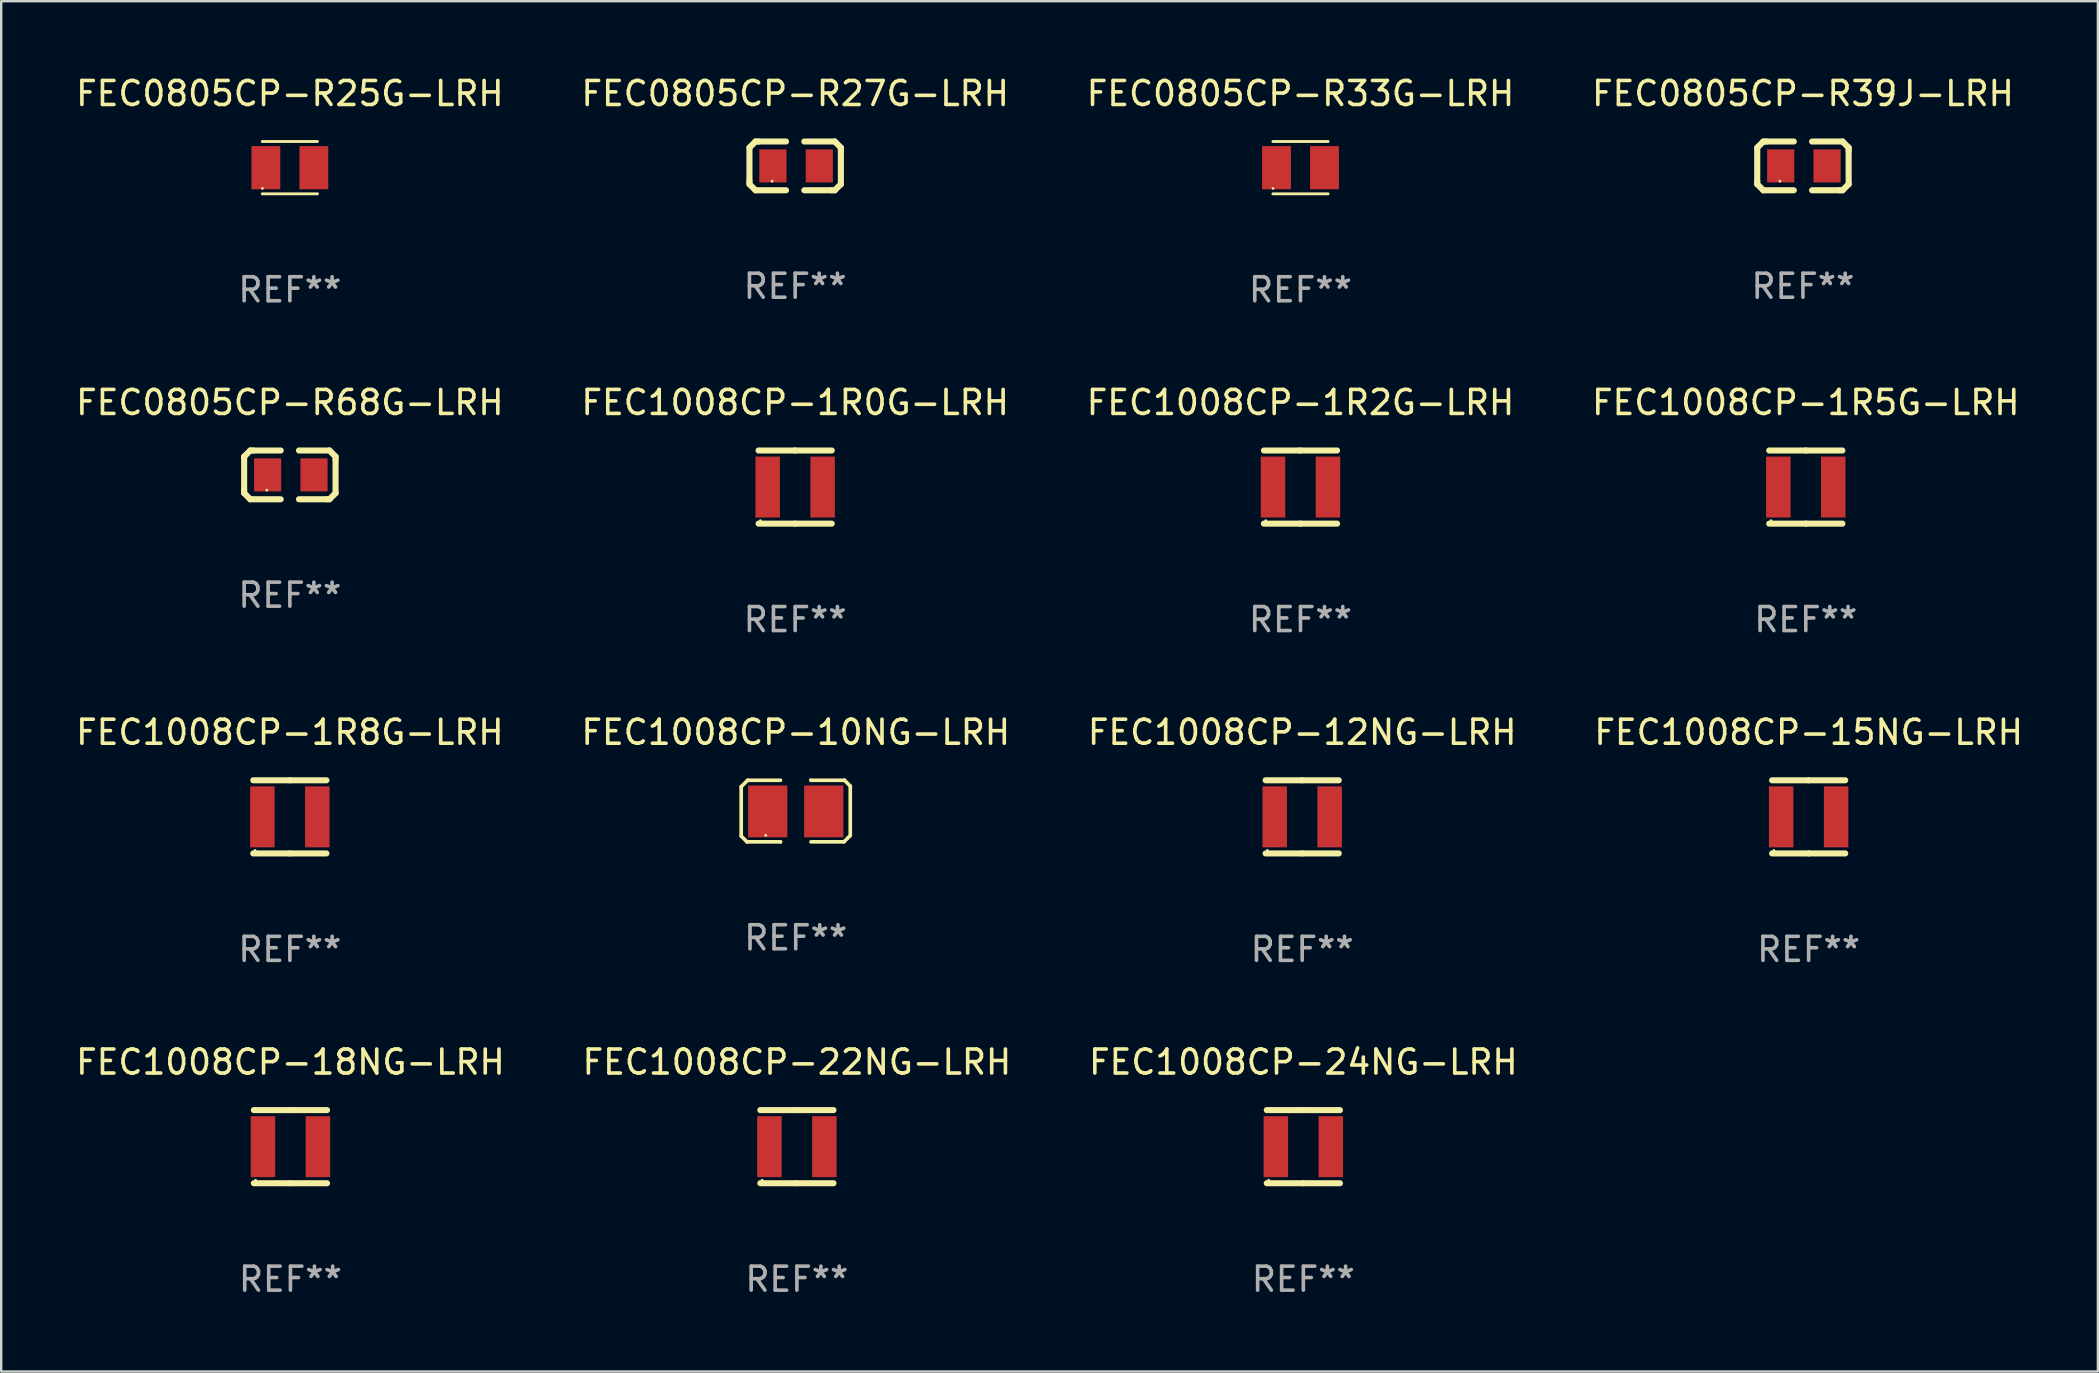
<source format=kicad_pcb>
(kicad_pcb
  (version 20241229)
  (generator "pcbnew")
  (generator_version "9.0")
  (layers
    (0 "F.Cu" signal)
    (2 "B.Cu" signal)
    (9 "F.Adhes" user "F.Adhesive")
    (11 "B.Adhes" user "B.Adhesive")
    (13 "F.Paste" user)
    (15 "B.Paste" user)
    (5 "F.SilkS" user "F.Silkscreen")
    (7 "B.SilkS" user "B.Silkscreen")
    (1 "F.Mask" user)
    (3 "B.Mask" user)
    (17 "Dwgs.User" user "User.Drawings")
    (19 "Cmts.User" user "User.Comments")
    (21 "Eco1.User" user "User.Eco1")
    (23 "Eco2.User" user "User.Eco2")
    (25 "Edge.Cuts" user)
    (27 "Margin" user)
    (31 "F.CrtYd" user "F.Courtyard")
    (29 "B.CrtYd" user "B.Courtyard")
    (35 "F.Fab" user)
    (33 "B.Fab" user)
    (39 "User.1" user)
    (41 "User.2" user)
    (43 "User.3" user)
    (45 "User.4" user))
  (footprint "FEC1008CP-1R2G-LRH"
    (layer "F.Cu")
    (at 51.149 17.249)
    (property "Reference" "FEC1008CP-1R2G-LRH" (at 0 -3.524 0) (layer "F.SilkS") (effects (font (size 1 1) (thickness 0.15))))
    (attr through_hole)
    (fp_line (start -1.524 -1.524) (end 0 -1.524) (stroke (width 0.254) (type solid)) (layer "F.SilkS"))
    (fp_line (start 0 -1.524) (end 1.524 -1.524) (stroke (width 0.254) (type solid)) (layer "F.SilkS"))
    (fp_line (start 0 1.524) (end -1.524 1.524) (stroke (width 0.254) (type solid)) (layer "F.SilkS"))
    (fp_line (start 1.524 1.524) (end 0 1.524) (stroke (width 0.254) (type solid)) (layer "F.SilkS"))
    (fp_circle (center -1.45 1.4) (end -1.42 1.4) (stroke (width 0.06) (type solid)) (fill no) (layer "F.SilkS"))
    (fp_text user "REF**" (at 0 5.524 0) (layer "F.Fab") (effects (font (size 1 1) (thickness 0.15))))
    (pad "1" smd rect (at -1.145 0) (size 1.02 2.54) (layers "F.Cu" "F.Mask" "F.Paste"))
    (pad "2" smd rect (at 1.145 0) (size 1.02 2.54) (layers "F.Cu" "F.Mask" "F.Paste")))
  (footprint "FEC1008CP-1R5G-LRH"
    (layer "F.Cu")
    (at 72.208 17.249)
    (property "Reference" "FEC1008CP-1R5G-LRH" (at 0 -3.524 0) (layer "F.SilkS") (effects (font (size 1 1) (thickness 0.15))))
    (attr through_hole)
    (fp_line (start -1.524 -1.524) (end 0 -1.524) (stroke (width 0.254) (type solid)) (layer "F.SilkS"))
    (fp_line (start 0 -1.524) (end 1.524 -1.524) (stroke (width 0.254) (type solid)) (layer "F.SilkS"))
    (fp_line (start 0 1.524) (end -1.524 1.524) (stroke (width 0.254) (type solid)) (layer "F.SilkS"))
    (fp_line (start 1.524 1.524) (end 0 1.524) (stroke (width 0.254) (type solid)) (layer "F.SilkS"))
    (fp_circle (center -1.45 1.4) (end -1.42 1.4) (stroke (width 0.06) (type solid)) (fill no) (layer "F.SilkS"))
    (fp_text user "REF**" (at 0 5.524 0) (layer "F.Fab") (effects (font (size 1 1) (thickness 0.15))))
    (pad "1" smd rect (at -1.145 0) (size 1.02 2.54) (layers "F.Cu" "F.Mask" "F.Paste"))
    (pad "2" smd rect (at 1.145 0) (size 1.02 2.54) (layers "F.Cu" "F.Mask" "F.Paste")))
  (footprint "FEC0805CP-R39J-LRH"
    (layer "F.Cu")
    (at 72.089 3.864)
    (property "Reference" "FEC0805CP-R39J-LRH" (at 0 -3.016 0) (layer "F.SilkS") (effects (font (size 1 1) (thickness 0.15))))
    (attr through_hole)
    (fp_line (start -1.905 -0.762) (end -1.905 0.635) (stroke (width 0.254) (type solid)) (layer "F.SilkS"))
    (fp_line (start -1.905 0.635) (end -1.905 0.762) (stroke (width 0.254) (type solid)) (layer "F.SilkS"))
    (fp_line (start -1.905 0.762) (end -1.651 1.016) (stroke (width 0.254) (type solid)) (layer "F.SilkS"))
    (fp_line (start -1.651 -1.016) (end -1.905 -0.762) (stroke (width 0.254) (type solid)) (layer "F.SilkS"))
    (fp_line (start -1.651 1.016) (end -0.381 1.016) (stroke (width 0.254) (type solid)) (layer "F.SilkS"))
    (fp_line (start -1.524 -1.016) (end -1.651 -1.016) (stroke (width 0.254) (type solid)) (layer "F.SilkS"))
    (fp_line (start -0.381 -1.016) (end -1.524 -1.016) (stroke (width 0.254) (type solid)) (layer "F.SilkS"))
    (fp_line (start 0.381 1.016) (end 1.524 1.016) (stroke (width 0.254) (type solid)) (layer "F.SilkS"))
    (fp_line (start 1.524 1.016) (end 1.651 1.016) (stroke (width 0.254) (type solid)) (layer "F.SilkS"))
    (fp_line (start 1.651 -1.016) (end 0.381 -1.016) (stroke (width 0.254) (type solid)) (layer "F.SilkS"))
    (fp_line (start 1.651 1.016) (end 1.905 0.762) (stroke (width 0.254) (type solid)) (layer "F.SilkS"))
    (fp_line (start 1.905 -0.762) (end 1.651 -1.016) (stroke (width 0.254) (type solid)) (layer "F.SilkS"))
    (fp_line (start 1.905 -0.635) (end 1.905 -0.762) (stroke (width 0.254) (type solid)) (layer "F.SilkS"))
    (fp_line (start 1.905 0.762) (end 1.905 -0.635) (stroke (width 0.254) (type solid)) (layer "F.SilkS"))
    (fp_circle (center -0.96 0.637) (end -0.93 0.637) (stroke (width 0.06) (type solid)) (fill no) (layer "F.SilkS"))
    (fp_text user "REF**" (at 0 5.016 0) (layer "F.Fab") (effects (font (size 1 1) (thickness 0.15))))
    (pad "1" smd rect (at -0.926 -0.000051) (size 1.133 1.377) (layers "F.Cu" "F.Mask" "F.Paste"))
    (pad "2" smd rect (at 1.006 -0.000051) (size 1.133 1.377) (layers "F.Cu" "F.Mask" "F.Paste")))
  (footprint "FEC1008CP-12NG-LRH"
    (layer "F.Cu")
    (at 51.22 30.993)
    (property "Reference" "FEC1008CP-12NG-LRH" (at 0 -3.524 0) (layer "F.SilkS") (effects (font (size 1 1) (thickness 0.15))))
    (attr through_hole)
    (fp_line (start -1.524 -1.524) (end 0 -1.524) (stroke (width 0.254) (type solid)) (layer "F.SilkS"))
    (fp_line (start 0 -1.524) (end 1.524 -1.524) (stroke (width 0.254) (type solid)) (layer "F.SilkS"))
    (fp_line (start 0 1.524) (end -1.524 1.524) (stroke (width 0.254) (type solid)) (layer "F.SilkS"))
    (fp_line (start 1.524 1.524) (end 0 1.524) (stroke (width 0.254) (type solid)) (layer "F.SilkS"))
    (fp_circle (center -1.45 1.4) (end -1.42 1.4) (stroke (width 0.06) (type solid)) (fill no) (layer "F.SilkS"))
    (fp_text user "REF**" (at 0 5.524 0) (layer "F.Fab") (effects (font (size 1 1) (thickness 0.15))))
    (pad "1" smd rect (at -1.145 0) (size 1.02 2.54) (layers "F.Cu" "F.Mask" "F.Paste"))
    (pad "2" smd rect (at 1.145 0) (size 1.02 2.54) (layers "F.Cu" "F.Mask" "F.Paste")))
  (footprint "FEC0805CP-R25G-LRH"
    (layer "F.Cu")
    (at 9.03 3.938)
    (property "Reference" "FEC0805CP-R25G-LRH" (at 0 -3.09 0) (layer "F.SilkS") (effects (font (size 1 1) (thickness 0.15))))
    (attr through_hole)
    (fp_line (start -1.15 1.09) (end 1.15 1.09) (stroke (width 0.12) (type solid)) (layer "F.SilkS"))
    (fp_line (start 1.15 -1.09) (end -1.15 -1.09) (stroke (width 0.12) (type solid)) (layer "F.SilkS"))
    (fp_circle (center -1.145 0.865) (end -1.115 0.865) (stroke (width 0.06) (type solid)) (fill no) (layer "F.SilkS"))
    (fp_text user "REF**" (at 0 5.09 0) (layer "F.Fab") (effects (font (size 1 1) (thickness 0.15))))
    (pad "1" smd rect (at -1 0 90) (size 1.8 1.2) (layers "F.Cu" "F.Mask" "F.Paste"))
    (pad "2" smd rect (at 1 0 90) (size 1.8 1.2) (layers "F.Cu" "F.Mask" "F.Paste")))
  (footprint "FEC0805CP-R33G-LRH"
    (layer "F.Cu")
    (at 51.149 3.938)
    (property "Reference" "FEC0805CP-R33G-LRH" (at 0 -3.09 0) (layer "F.SilkS") (effects (font (size 1 1) (thickness 0.15))))
    (attr through_hole)
    (fp_line (start -1.15 1.09) (end 1.15 1.09) (stroke (width 0.12) (type solid)) (layer "F.SilkS"))
    (fp_line (start 1.15 -1.09) (end -1.15 -1.09) (stroke (width 0.12) (type solid)) (layer "F.SilkS"))
    (fp_circle (center -1.145 0.865) (end -1.115 0.865) (stroke (width 0.06) (type solid)) (fill no) (layer "F.SilkS"))
    (fp_text user "REF**" (at 0 5.09 0) (layer "F.Fab") (effects (font (size 1 1) (thickness 0.15))))
    (pad "1" smd rect (at -1 0 90) (size 1.8 1.2) (layers "F.Cu" "F.Mask" "F.Paste"))
    (pad "2" smd rect (at 1 0 90) (size 1.8 1.2) (layers "F.Cu" "F.Mask" "F.Paste")))
  (footprint "FEC0805CP-R68G-LRH"
    (layer "F.Cu")
    (at 9.03 16.741)
    (property "Reference" "FEC0805CP-R68G-LRH" (at 0 -3.016 0) (layer "F.SilkS") (effects (font (size 1 1) (thickness 0.15))))
    (attr through_hole)
    (fp_line (start -1.905 -0.762) (end -1.905 0.635) (stroke (width 0.254) (type solid)) (layer "F.SilkS"))
    (fp_line (start -1.905 0.635) (end -1.905 0.762) (stroke (width 0.254) (type solid)) (layer "F.SilkS"))
    (fp_line (start -1.905 0.762) (end -1.651 1.016) (stroke (width 0.254) (type solid)) (layer "F.SilkS"))
    (fp_line (start -1.651 -1.016) (end -1.905 -0.762) (stroke (width 0.254) (type solid)) (layer "F.SilkS"))
    (fp_line (start -1.651 1.016) (end -0.381 1.016) (stroke (width 0.254) (type solid)) (layer "F.SilkS"))
    (fp_line (start -1.524 -1.016) (end -1.651 -1.016) (stroke (width 0.254) (type solid)) (layer "F.SilkS"))
    (fp_line (start -0.381 -1.016) (end -1.524 -1.016) (stroke (width 0.254) (type solid)) (layer "F.SilkS"))
    (fp_line (start 0.381 1.016) (end 1.524 1.016) (stroke (width 0.254) (type solid)) (layer "F.SilkS"))
    (fp_line (start 1.524 1.016) (end 1.651 1.016) (stroke (width 0.254) (type solid)) (layer "F.SilkS"))
    (fp_line (start 1.651 -1.016) (end 0.381 -1.016) (stroke (width 0.254) (type solid)) (layer "F.SilkS"))
    (fp_line (start 1.651 1.016) (end 1.905 0.762) (stroke (width 0.254) (type solid)) (layer "F.SilkS"))
    (fp_line (start 1.905 -0.762) (end 1.651 -1.016) (stroke (width 0.254) (type solid)) (layer "F.SilkS"))
    (fp_line (start 1.905 -0.635) (end 1.905 -0.762) (stroke (width 0.254) (type solid)) (layer "F.SilkS"))
    (fp_line (start 1.905 0.762) (end 1.905 -0.635) (stroke (width 0.254) (type solid)) (layer "F.SilkS"))
    (fp_circle (center -0.96 0.637) (end -0.93 0.637) (stroke (width 0.06) (type solid)) (fill no) (layer "F.SilkS"))
    (fp_text user "REF**" (at 0 5.016 0) (layer "F.Fab") (effects (font (size 1 1) (thickness 0.15))))
    (pad "1" smd rect (at -0.926 -0.000051) (size 1.133 1.377) (layers "F.Cu" "F.Mask" "F.Paste"))
    (pad "2" smd rect (at 1.006 -0.000051) (size 1.133 1.377) (layers "F.Cu" "F.Mask" "F.Paste")))
  (footprint "FEC1008CP-22NG-LRH"
    (layer "F.Cu")
    (at 30.161 44.738)
    (property "Reference" "FEC1008CP-22NG-LRH" (at 0 -3.524 0) (layer "F.SilkS") (effects (font (size 1 1) (thickness 0.15))))
    (attr through_hole)
    (fp_line (start -1.524 -1.524) (end 0 -1.524) (stroke (width 0.254) (type solid)) (layer "F.SilkS"))
    (fp_line (start 0 -1.524) (end 1.524 -1.524) (stroke (width 0.254) (type solid)) (layer "F.SilkS"))
    (fp_line (start 0 1.524) (end -1.524 1.524) (stroke (width 0.254) (type solid)) (layer "F.SilkS"))
    (fp_line (start 1.524 1.524) (end 0 1.524) (stroke (width 0.254) (type solid)) (layer "F.SilkS"))
    (fp_circle (center -1.45 1.4) (end -1.42 1.4) (stroke (width 0.06) (type solid)) (fill no) (layer "F.SilkS"))
    (fp_text user "REF**" (at 0 5.524 0) (layer "F.Fab") (effects (font (size 1 1) (thickness 0.15))))
    (pad "1" smd rect (at -1.145 0) (size 1.02 2.54) (layers "F.Cu" "F.Mask" "F.Paste"))
    (pad "2" smd rect (at 1.145 0) (size 1.02 2.54) (layers "F.Cu" "F.Mask" "F.Paste")))
  (footprint "FEC1008CP-15NG-LRH"
    (layer "F.Cu")
    (at 72.327 30.993)
    (property "Reference" "FEC1008CP-15NG-LRH" (at 0 -3.524 0) (layer "F.SilkS") (effects (font (size 1 1) (thickness 0.15))))
    (attr through_hole)
    (fp_line (start -1.524 -1.524) (end 0 -1.524) (stroke (width 0.254) (type solid)) (layer "F.SilkS"))
    (fp_line (start 0 -1.524) (end 1.524 -1.524) (stroke (width 0.254) (type solid)) (layer "F.SilkS"))
    (fp_line (start 0 1.524) (end -1.524 1.524) (stroke (width 0.254) (type solid)) (layer "F.SilkS"))
    (fp_line (start 1.524 1.524) (end 0 1.524) (stroke (width 0.254) (type solid)) (layer "F.SilkS"))
    (fp_circle (center -1.45 1.4) (end -1.42 1.4) (stroke (width 0.06) (type solid)) (fill no) (layer "F.SilkS"))
    (fp_text user "REF**" (at 0 5.524 0) (layer "F.Fab") (effects (font (size 1 1) (thickness 0.15))))
    (pad "1" smd rect (at -1.145 0) (size 1.02 2.54) (layers "F.Cu" "F.Mask" "F.Paste"))
    (pad "2" smd rect (at 1.145 0) (size 1.02 2.54) (layers "F.Cu" "F.Mask" "F.Paste")))
  (footprint "FEC1008CP-18NG-LRH"
    (layer "F.Cu")
    (at 9.054 44.738)
    (property "Reference" "FEC1008CP-18NG-LRH" (at 0 -3.524 0) (layer "F.SilkS") (effects (font (size 1 1) (thickness 0.15))))
    (attr through_hole)
    (fp_line (start -1.524 -1.524) (end 0 -1.524) (stroke (width 0.254) (type solid)) (layer "F.SilkS"))
    (fp_line (start 0 -1.524) (end 1.524 -1.524) (stroke (width 0.254) (type solid)) (layer "F.SilkS"))
    (fp_line (start 0 1.524) (end -1.524 1.524) (stroke (width 0.254) (type solid)) (layer "F.SilkS"))
    (fp_line (start 1.524 1.524) (end 0 1.524) (stroke (width 0.254) (type solid)) (layer "F.SilkS"))
    (fp_circle (center -1.45 1.4) (end -1.42 1.4) (stroke (width 0.06) (type solid)) (fill no) (layer "F.SilkS"))
    (fp_text user "REF**" (at 0 5.524 0) (layer "F.Fab") (effects (font (size 1 1) (thickness 0.15))))
    (pad "1" smd rect (at -1.145 0) (size 1.02 2.54) (layers "F.Cu" "F.Mask" "F.Paste"))
    (pad "2" smd rect (at 1.145 0) (size 1.02 2.54) (layers "F.Cu" "F.Mask" "F.Paste")))
  (footprint "FEC0805CP-R27G-LRH"
    (layer "F.Cu")
    (at 30.089 3.864)
    (property "Reference" "FEC0805CP-R27G-LRH" (at 0 -3.016 0) (layer "F.SilkS") (effects (font (size 1 1) (thickness 0.15))))
    (attr through_hole)
    (fp_line (start -1.905 -0.762) (end -1.905 0.635) (stroke (width 0.254) (type solid)) (layer "F.SilkS"))
    (fp_line (start -1.905 0.635) (end -1.905 0.762) (stroke (width 0.254) (type solid)) (layer "F.SilkS"))
    (fp_line (start -1.905 0.762) (end -1.651 1.016) (stroke (width 0.254) (type solid)) (layer "F.SilkS"))
    (fp_line (start -1.651 -1.016) (end -1.905 -0.762) (stroke (width 0.254) (type solid)) (layer "F.SilkS"))
    (fp_line (start -1.651 1.016) (end -0.381 1.016) (stroke (width 0.254) (type solid)) (layer "F.SilkS"))
    (fp_line (start -1.524 -1.016) (end -1.651 -1.016) (stroke (width 0.254) (type solid)) (layer "F.SilkS"))
    (fp_line (start -0.381 -1.016) (end -1.524 -1.016) (stroke (width 0.254) (type solid)) (layer "F.SilkS"))
    (fp_line (start 0.381 1.016) (end 1.524 1.016) (stroke (width 0.254) (type solid)) (layer "F.SilkS"))
    (fp_line (start 1.524 1.016) (end 1.651 1.016) (stroke (width 0.254) (type solid)) (layer "F.SilkS"))
    (fp_line (start 1.651 -1.016) (end 0.381 -1.016) (stroke (width 0.254) (type solid)) (layer "F.SilkS"))
    (fp_line (start 1.651 1.016) (end 1.905 0.762) (stroke (width 0.254) (type solid)) (layer "F.SilkS"))
    (fp_line (start 1.905 -0.762) (end 1.651 -1.016) (stroke (width 0.254) (type solid)) (layer "F.SilkS"))
    (fp_line (start 1.905 -0.635) (end 1.905 -0.762) (stroke (width 0.254) (type solid)) (layer "F.SilkS"))
    (fp_line (start 1.905 0.762) (end 1.905 -0.635) (stroke (width 0.254) (type solid)) (layer "F.SilkS"))
    (fp_circle (center -0.96 0.637) (end -0.93 0.637) (stroke (width 0.06) (type solid)) (fill no) (layer "F.SilkS"))
    (fp_text user "REF**" (at 0 5.016 0) (layer "F.Fab") (effects (font (size 1 1) (thickness 0.15))))
    (pad "1" smd rect (at -0.926 -0.000051) (size 1.133 1.377) (layers "F.Cu" "F.Mask" "F.Paste"))
    (pad "2" smd rect (at 1.006 -0.000051) (size 1.133 1.377) (layers "F.Cu" "F.Mask" "F.Paste")))
  (footprint "FEC1008CP-24NG-LRH"
    (layer "F.Cu")
    (at 51.268 44.738)
    (property "Reference" "FEC1008CP-24NG-LRH" (at 0 -3.524 0) (layer "F.SilkS") (effects (font (size 1 1) (thickness 0.15))))
    (attr through_hole)
    (fp_line (start -1.524 -1.524) (end 0 -1.524) (stroke (width 0.254) (type solid)) (layer "F.SilkS"))
    (fp_line (start 0 -1.524) (end 1.524 -1.524) (stroke (width 0.254) (type solid)) (layer "F.SilkS"))
    (fp_line (start 0 1.524) (end -1.524 1.524) (stroke (width 0.254) (type solid)) (layer "F.SilkS"))
    (fp_line (start 1.524 1.524) (end 0 1.524) (stroke (width 0.254) (type solid)) (layer "F.SilkS"))
    (fp_circle (center -1.45 1.4) (end -1.42 1.4) (stroke (width 0.06) (type solid)) (fill no) (layer "F.SilkS"))
    (fp_text user "REF**" (at 0 5.524 0) (layer "F.Fab") (effects (font (size 1 1) (thickness 0.15))))
    (pad "1" smd rect (at -1.145 0) (size 1.02 2.54) (layers "F.Cu" "F.Mask" "F.Paste"))
    (pad "2" smd rect (at 1.145 0) (size 1.02 2.54) (layers "F.Cu" "F.Mask" "F.Paste")))
  (footprint "FEC1008CP-1R0G-LRH"
    (layer "F.Cu")
    (at 30.089 17.249)
    (property "Reference" "FEC1008CP-1R0G-LRH" (at 0 -3.524 0) (layer "F.SilkS") (effects (font (size 1 1) (thickness 0.15))))
    (attr through_hole)
    (fp_line (start -1.524 -1.524) (end 0 -1.524) (stroke (width 0.254) (type solid)) (layer "F.SilkS"))
    (fp_line (start 0 -1.524) (end 1.524 -1.524) (stroke (width 0.254) (type solid)) (layer "F.SilkS"))
    (fp_line (start 0 1.524) (end -1.524 1.524) (stroke (width 0.254) (type solid)) (layer "F.SilkS"))
    (fp_line (start 1.524 1.524) (end 0 1.524) (stroke (width 0.254) (type solid)) (layer "F.SilkS"))
    (fp_circle (center -1.45 1.4) (end -1.42 1.4) (stroke (width 0.06) (type solid)) (fill no) (layer "F.SilkS"))
    (fp_text user "REF**" (at 0 5.524 0) (layer "F.Fab") (effects (font (size 1 1) (thickness 0.15))))
    (pad "1" smd rect (at -1.145 0) (size 1.02 2.54) (layers "F.Cu" "F.Mask" "F.Paste"))
    (pad "2" smd rect (at 1.145 0) (size 1.02 2.54) (layers "F.Cu" "F.Mask" "F.Paste")))
  (footprint "FEC1008CP-1R8G-LRH"
    (layer "F.Cu")
    (at 9.03 30.993)
    (property "Reference" "FEC1008CP-1R8G-LRH" (at 0 -3.524 0) (layer "F.SilkS") (effects (font (size 1 1) (thickness 0.15))))
    (attr through_hole)
    (fp_line (start -1.524 -1.524) (end 0 -1.524) (stroke (width 0.254) (type solid)) (layer "F.SilkS"))
    (fp_line (start 0 -1.524) (end 1.524 -1.524) (stroke (width 0.254) (type solid)) (layer "F.SilkS"))
    (fp_line (start 0 1.524) (end -1.524 1.524) (stroke (width 0.254) (type solid)) (layer "F.SilkS"))
    (fp_line (start 1.524 1.524) (end 0 1.524) (stroke (width 0.254) (type solid)) (layer "F.SilkS"))
    (fp_circle (center -1.45 1.4) (end -1.42 1.4) (stroke (width 0.06) (type solid)) (fill no) (layer "F.SilkS"))
    (fp_text user "REF**" (at 0 5.524 0) (layer "F.Fab") (effects (font (size 1 1) (thickness 0.15))))
    (pad "1" smd rect (at -1.145 0) (size 1.02 2.54) (layers "F.Cu" "F.Mask" "F.Paste"))
    (pad "2" smd rect (at 1.145 0) (size 1.02 2.54) (layers "F.Cu" "F.Mask" "F.Paste")))
  (footprint "FEC1008CP-10NG-LRH"
    (layer "F.Cu")
    (at 30.113 30.752)
    (property "Reference" "FEC1008CP-10NG-LRH" (at 0 -3.283 0) (layer "F.SilkS") (effects (font (size 1 1) (thickness 0.15))))
    (attr through_hole)
    (fp_line (start -2.273 -1.016) (end -2.007 -1.283) (stroke (width 0.152) (type solid)) (layer "F.SilkS"))
    (fp_line (start -2.273 1.041) (end -2.273 -1.016) (stroke (width 0.152) (type solid)) (layer "F.SilkS"))
    (fp_line (start -2.032 1.283) (end -2.273 1.041) (stroke (width 0.152) (type solid)) (layer "F.SilkS"))
    (fp_line (start -2.007 -1.283) (end -0.635 -1.283) (stroke (width 0.152) (type solid)) (layer "F.SilkS"))
    (fp_line (start -0.635 1.283) (end -2.032 1.283) (stroke (width 0.152) (type solid)) (layer "F.SilkS"))
    (fp_line (start -0.635 1.283) (end -0.635 1.283) (stroke (width 0.152) (type solid)) (layer "F.SilkS"))
    (fp_line (start 0.635 -1.283) (end 0.635 -1.283) (stroke (width 0.152) (type solid)) (layer "F.SilkS"))
    (fp_line (start 0.635 -1.283) (end 2.032 -1.283) (stroke (width 0.152) (type solid)) (layer "F.SilkS"))
    (fp_line (start 2.007 1.283) (end 0.635 1.283) (stroke (width 0.152) (type solid)) (layer "F.SilkS"))
    (fp_line (start 2.032 -1.283) (end 2.273 -1.041) (stroke (width 0.152) (type solid)) (layer "F.SilkS"))
    (fp_line (start 2.273 -1.041) (end 2.273 1.016) (stroke (width 0.152) (type solid)) (layer "F.SilkS"))
    (fp_line (start 2.273 1.016) (end 2.007 1.283) (stroke (width 0.152) (type solid)) (layer "F.SilkS"))
    (fp_circle (center -1.25 1.013) (end -1.22 1.013) (stroke (width 0.06) (type solid)) (fill no) (layer "F.SilkS"))
    (fp_text user "REF**" (at 0 5.283 0) (layer "F.Fab") (effects (font (size 1 1) (thickness 0.15))))
    (pad "1" smd rect (at -1.167 0.013) (size 1.635 2.16) (layers "F.Cu" "F.Mask" "F.Paste"))
    (pad "2" smd rect (at 1.168 0.013) (size 1.635 2.16) (layers "F.Cu" "F.Mask" "F.Paste")))
  (gr_rect
    (start -3 -3)
    (end 84.381 54.11)
    (stroke (width 0.1) (type default))
    (fill no)
    (layer "Edge.Cuts")))
</source>
